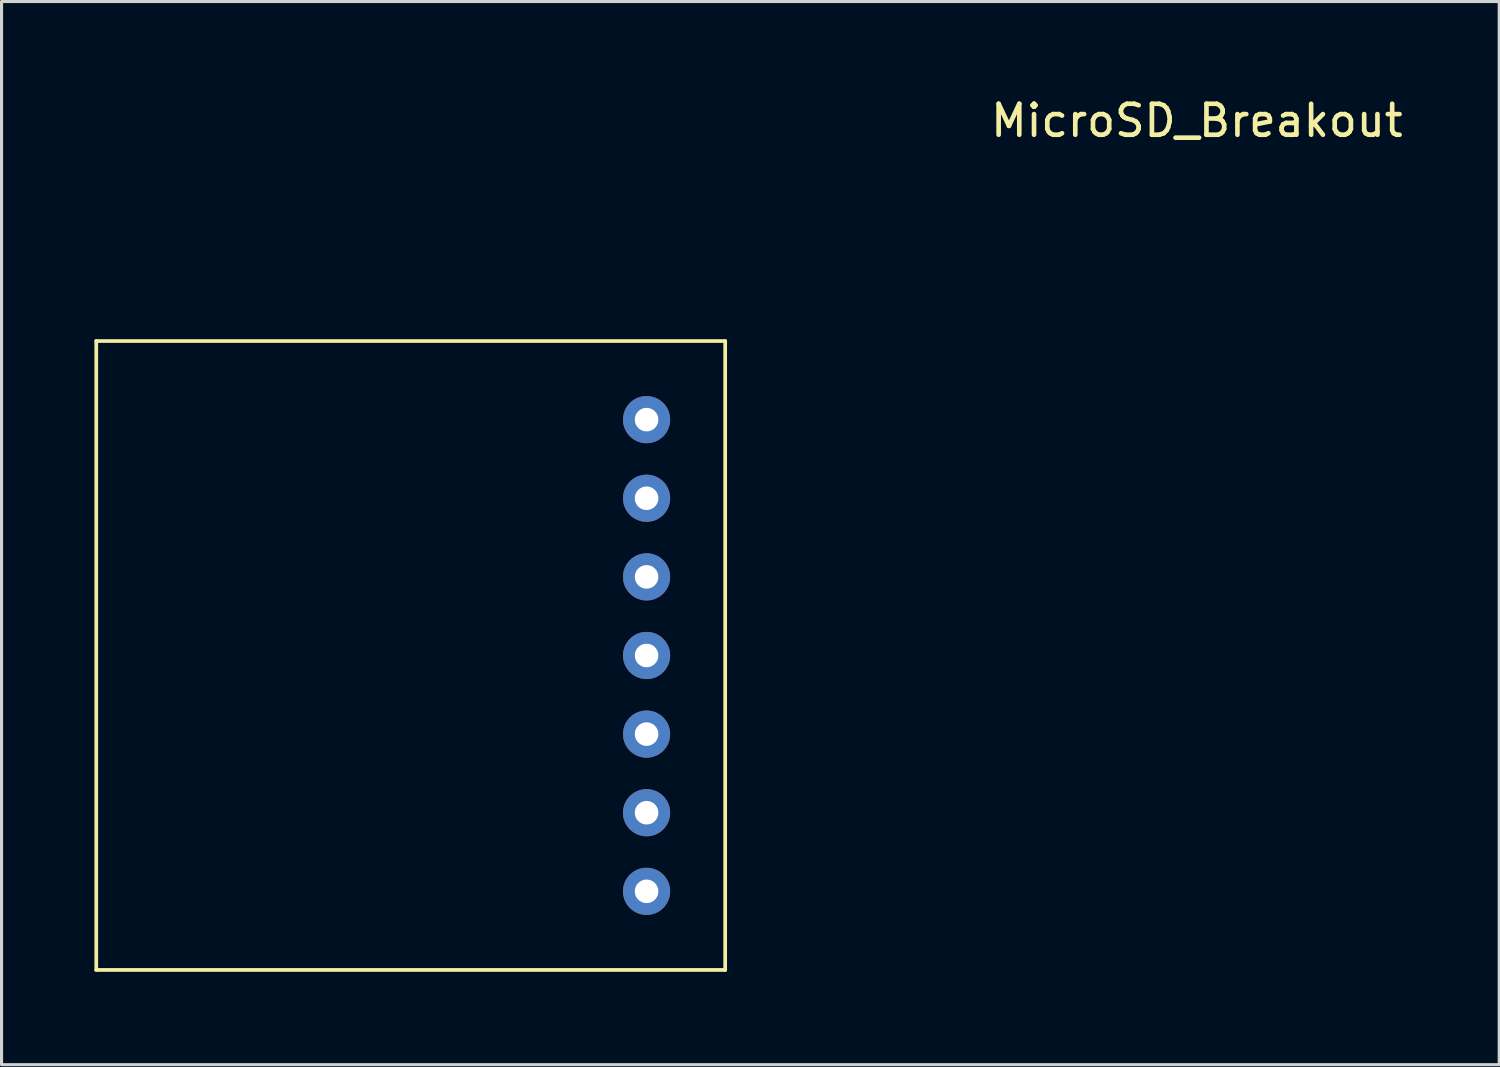
<source format=kicad_pcb>
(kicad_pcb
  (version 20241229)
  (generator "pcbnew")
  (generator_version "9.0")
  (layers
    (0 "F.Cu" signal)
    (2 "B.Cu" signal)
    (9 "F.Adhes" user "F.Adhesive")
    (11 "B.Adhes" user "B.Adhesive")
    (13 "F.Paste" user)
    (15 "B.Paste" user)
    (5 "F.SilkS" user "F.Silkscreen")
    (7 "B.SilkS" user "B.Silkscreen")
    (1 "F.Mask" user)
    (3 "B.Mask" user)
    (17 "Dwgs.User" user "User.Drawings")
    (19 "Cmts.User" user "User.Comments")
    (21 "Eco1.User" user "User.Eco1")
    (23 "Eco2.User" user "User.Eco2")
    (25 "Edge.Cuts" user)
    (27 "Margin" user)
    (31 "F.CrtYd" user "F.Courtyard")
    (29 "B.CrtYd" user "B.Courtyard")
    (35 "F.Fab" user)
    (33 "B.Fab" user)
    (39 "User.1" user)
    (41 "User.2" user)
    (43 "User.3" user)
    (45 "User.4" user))
  (footprint "MicroSD_Breakout"
    (layer "F.Cu")
    (at 17.84 10.508)
    (property "Reference" "MicroSD_Breakout" (at 17.78 -9.66 0) (layer "F.SilkS") (effects (font (size 1 1) (thickness 0.15))))
    (attr through_hole)
    (fp_line (start -17.78 -2.54) (end 2.54 -2.54) (stroke (width 0.12) (type solid)) (layer "F.SilkS"))
    (fp_line (start -17.78 17.78) (end -17.78 -2.54) (stroke (width 0.12) (type solid)) (layer "F.SilkS"))
    (fp_line (start 2.54 -2.54) (end 2.54 17.78) (stroke (width 0.12) (type solid)) (layer "F.SilkS"))
    (fp_line (start 2.54 17.78) (end -17.78 17.78) (stroke (width 0.12) (type solid)) (layer "F.SilkS"))
    (pad "1" thru_hole circle (at 0 0) (size 1.524 1.524) (drill 0.762) (layers "*.Cu" "*.Mask"))
    (pad "2" thru_hole circle (at 0 2.54) (size 1.524 1.524) (drill 0.762) (layers "*.Cu" "*.Mask"))
    (pad "3" thru_hole circle (at 0 5.08) (size 1.524 1.524) (drill 0.762) (layers "*.Cu" "*.Mask"))
    (pad "4" thru_hole circle (at 0 7.62) (size 1.524 1.524) (drill 0.762) (layers "*.Cu" "*.Mask"))
    (pad "5" thru_hole circle (at 0 10.16) (size 1.524 1.524) (drill 0.762) (layers "*.Cu" "*.Mask"))
    (pad "6" thru_hole circle (at 0 12.7) (size 1.524 1.524) (drill 0.762) (layers "*.Cu" "*.Mask"))
    (pad "7" thru_hole circle (at 0 15.24) (size 1.524 1.524) (drill 0.762) (layers "*.Cu" "*.Mask")))
  (gr_rect
    (start -3 -3)
    (end 45.388 31.348)
    (stroke (width 0.1) (type default))
    (fill no)
    (layer "Edge.Cuts")))
</source>
